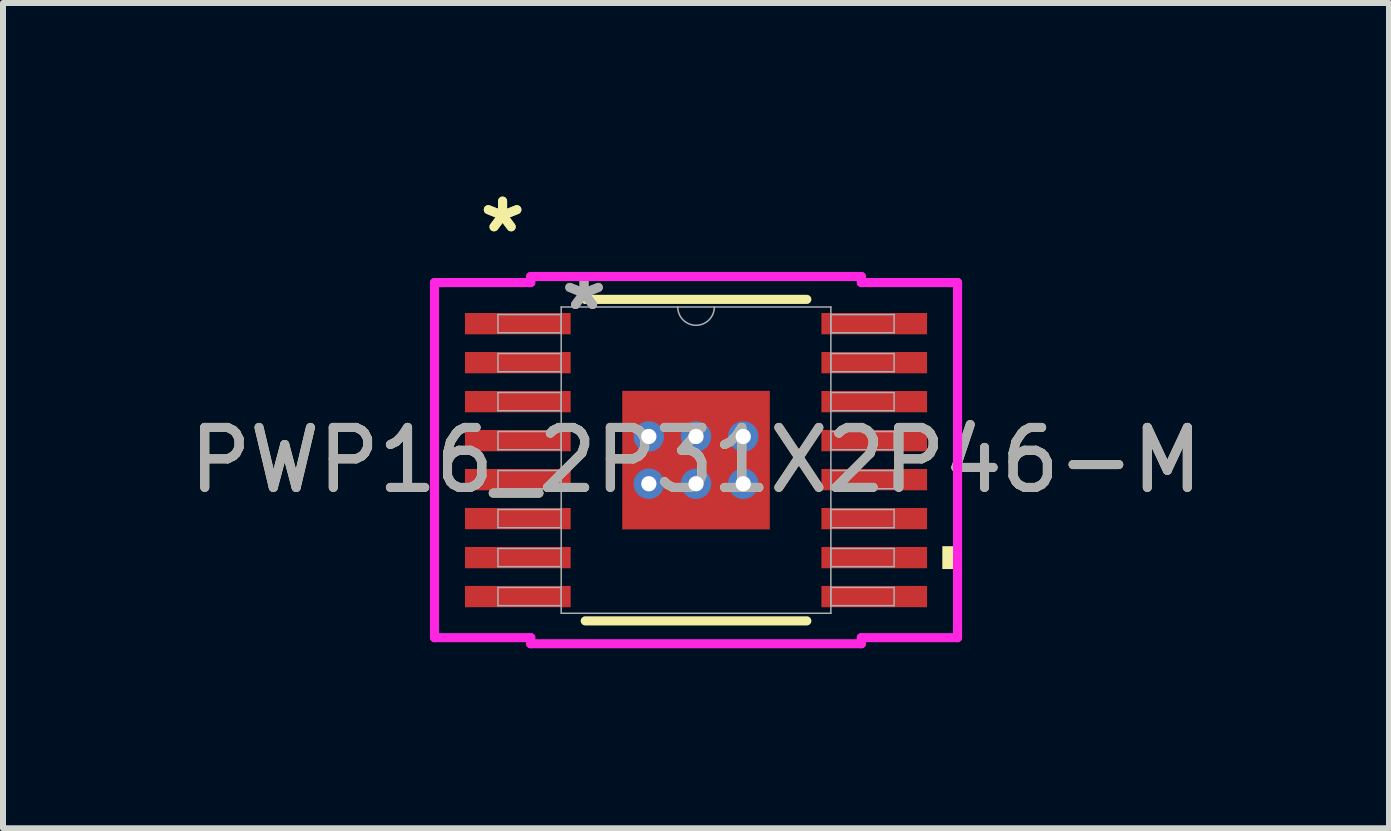
<source format=kicad_pcb>
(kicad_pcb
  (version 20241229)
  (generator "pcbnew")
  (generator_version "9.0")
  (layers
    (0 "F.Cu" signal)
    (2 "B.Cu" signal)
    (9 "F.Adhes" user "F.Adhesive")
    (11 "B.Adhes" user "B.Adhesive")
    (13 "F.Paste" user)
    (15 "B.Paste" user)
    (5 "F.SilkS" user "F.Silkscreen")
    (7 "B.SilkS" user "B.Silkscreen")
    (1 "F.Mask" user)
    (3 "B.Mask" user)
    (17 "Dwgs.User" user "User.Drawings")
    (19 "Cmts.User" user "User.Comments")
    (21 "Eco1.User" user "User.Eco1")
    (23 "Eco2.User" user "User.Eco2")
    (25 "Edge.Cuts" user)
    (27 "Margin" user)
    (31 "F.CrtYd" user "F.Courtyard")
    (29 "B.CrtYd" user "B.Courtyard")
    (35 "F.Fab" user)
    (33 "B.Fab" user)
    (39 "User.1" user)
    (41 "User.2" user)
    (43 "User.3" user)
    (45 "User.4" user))
  (footprint "PWP16_2P31X2P46-M"
    (layer "F.Cu")
    (at 8.554 4.621)
    (property "Reference" "PWP16_2P31X2P46-M" (at 0 0 0) (unlocked yes) (layer "F.SilkS") (effects (font (size 1 1) (thickness 0.15))))
    (attr smd)
    (fp_poly (pts (xy -1.294 -1.218) (xy -0.987 -1.218) (xy -0.987 1.218) (xy -1.294 1.218)) (stroke (width 0) (type solid)) (fill yes) (layer "F.Mask"))
    (fp_poly (pts (xy -1.294 -1.218) (xy 1.294 -1.218) (xy 1.294 -0.594) (xy -1.294 -0.594)) (stroke (width 0) (type solid)) (fill yes) (layer "F.Mask"))
    (fp_poly (pts (xy -1.294 -0.194) (xy 1.294 -0.194) (xy 1.294 0.194) (xy -1.294 0.194)) (stroke (width 0) (type solid)) (fill yes) (layer "F.Mask"))
    (fp_poly (pts (xy -1.294 0.594) (xy 1.294 0.594) (xy 1.294 1.218) (xy -1.294 1.218)) (stroke (width 0) (type solid)) (fill yes) (layer "F.Mask"))
    (fp_poly (pts (xy -0.2 -1.218) (xy -0.587 -1.218) (xy -0.587 1.218) (xy -0.2 1.218)) (stroke (width 0) (type solid)) (fill yes) (layer "F.Mask"))
    (fp_poly (pts (xy 0.587 -1.218) (xy 0.2 -1.218) (xy 0.2 1.218) (xy 0.587 1.218)) (stroke (width 0) (type solid)) (fill yes) (layer "F.Mask"))
    (fp_poly (pts (xy 0.987 -1.218) (xy 1.294 -1.218) (xy 1.294 1.218) (xy 0.987 1.218)) (stroke (width 0) (type solid)) (fill yes) (layer "F.Mask"))
    (fp_line (start -1.847 2.68) (end 1.847 2.68) (stroke (width 0.152) (type solid)) (layer "F.SilkS"))
    (fp_line (start 1.847 -2.68) (end -1.847 -2.68) (stroke (width 0.152) (type solid)) (layer "F.SilkS"))
    (fp_poly (pts (xy 4.36 1.435) (xy 4.36 1.816) (xy 4.106 1.816) (xy 4.106 1.435)) (stroke (width 0) (type solid)) (fill yes) (layer "F.SilkS"))
    (fp_poly (pts (xy -1.155 -1.08) (xy -1.155 -0.494) (xy -1.029 -0.494) (xy -0.887 -0.635) (xy -0.887 -1.08)) (stroke (width 0) (type solid)) (fill yes) (layer "F.Paste"))
    (fp_poly (pts (xy -1.155 0.494) (xy -1.155 1.08) (xy -0.887 1.08) (xy -0.887 0.635) (xy -1.029 0.494)) (stroke (width 0) (type solid)) (fill yes) (layer "F.Paste"))
    (fp_poly (pts (xy 0.887 -1.08) (xy 0.887 -0.635) (xy 1.029 -0.494) (xy 1.155 -0.494) (xy 1.155 -1.08)) (stroke (width 0) (type solid)) (fill yes) (layer "F.Paste"))
    (fp_poly (pts (xy 1.029 0.494) (xy 0.887 0.635) (xy 0.887 1.08) (xy 1.155 1.08) (xy 1.155 0.494)) (stroke (width 0) (type solid)) (fill yes) (layer "F.Paste"))
    (fp_poly (pts (xy -1.155 -0.294) (xy -1.155 0.294) (xy -1.029 0.294) (xy -0.887 0.152) (xy -0.887 -0.152) (xy -1.029 -0.294)) (stroke (width 0) (type solid)) (fill yes) (layer "F.Paste"))
    (fp_poly (pts (xy -0.687 -1.08) (xy -0.687 -0.635) (xy -0.546 -0.494) (xy -0.241 -0.494) (xy -0.1 -0.635) (xy -0.1 -1.08)) (stroke (width 0) (type solid)) (fill yes) (layer "F.Paste"))
    (fp_poly (pts (xy -0.546 0.494) (xy -0.687 0.635) (xy -0.687 1.08) (xy -0.1 1.08) (xy -0.1 0.635) (xy -0.241 0.494)) (stroke (width 0) (type solid)) (fill yes) (layer "F.Paste"))
    (fp_poly (pts (xy 0.1 -1.08) (xy 0.1 -0.635) (xy 0.241 -0.494) (xy 0.546 -0.494) (xy 0.687 -0.635) (xy 0.687 -1.08)) (stroke (width 0) (type solid)) (fill yes) (layer "F.Paste"))
    (fp_poly (pts (xy 0.241 0.494) (xy 0.1 0.635) (xy 0.1 1.08) (xy 0.687 1.08) (xy 0.687 0.635) (xy 0.546 0.494)) (stroke (width 0) (type solid)) (fill yes) (layer "F.Paste"))
    (fp_poly (pts (xy 1.029 -0.294) (xy 0.887 -0.152) (xy 0.887 0.152) (xy 1.029 0.294) (xy 1.155 0.294) (xy 1.155 -0.294)) (stroke (width 0) (type solid)) (fill yes) (layer "F.Paste"))
    (fp_poly (pts (xy -0.546 -0.294) (xy -0.687 -0.152) (xy -0.687 0.152) (xy -0.546 0.294) (xy -0.241 0.294) (xy -0.1 0.152) (xy -0.1 -0.152) (xy -0.241 -0.294)) (stroke (width 0) (type solid)) (fill yes) (layer "F.Paste"))
    (fp_poly (pts (xy 0.241 -0.294) (xy 0.1 -0.152) (xy 0.1 0.152) (xy 0.241 0.294) (xy 0.546 0.294) (xy 0.687 0.152) (xy 0.687 -0.152) (xy 0.546 -0.294)) (stroke (width 0) (type solid)) (fill yes) (layer "F.Paste"))
    (fp_line (start -4.36 -2.96) (end -2.756 -2.96) (stroke (width 0.152) (type solid)) (layer "F.CrtYd"))
    (fp_line (start -4.36 2.96) (end -4.36 -2.96) (stroke (width 0.152) (type solid)) (layer "F.CrtYd"))
    (fp_line (start -4.36 2.96) (end -2.756 2.96) (stroke (width 0.152) (type solid)) (layer "F.CrtYd"))
    (fp_line (start -2.756 -3.061) (end 2.756 -3.061) (stroke (width 0.152) (type solid)) (layer "F.CrtYd"))
    (fp_line (start -2.756 -2.96) (end -2.756 -3.061) (stroke (width 0.152) (type solid)) (layer "F.CrtYd"))
    (fp_line (start -2.756 3.061) (end -2.756 2.96) (stroke (width 0.152) (type solid)) (layer "F.CrtYd"))
    (fp_line (start 2.756 -3.061) (end 2.756 -2.96) (stroke (width 0.152) (type solid)) (layer "F.CrtYd"))
    (fp_line (start 2.756 2.96) (end 2.756 3.061) (stroke (width 0.152) (type solid)) (layer "F.CrtYd"))
    (fp_line (start 2.756 3.061) (end -2.756 3.061) (stroke (width 0.152) (type solid)) (layer "F.CrtYd"))
    (fp_line (start 4.36 -2.96) (end 2.756 -2.96) (stroke (width 0.152) (type solid)) (layer "F.CrtYd"))
    (fp_line (start 4.36 -2.96) (end 4.36 2.96) (stroke (width 0.152) (type solid)) (layer "F.CrtYd"))
    (fp_line (start 4.36 2.96) (end 2.756 2.96) (stroke (width 0.152) (type solid)) (layer "F.CrtYd"))
    (fp_line (start -3.302 -2.427) (end -3.302 -2.123) (stroke (width 0.025) (type solid)) (layer "F.Fab"))
    (fp_line (start -3.302 -2.123) (end -2.248 -2.123) (stroke (width 0.025) (type solid)) (layer "F.Fab"))
    (fp_line (start -3.302 -1.777) (end -3.302 -1.473) (stroke (width 0.025) (type solid)) (layer "F.Fab"))
    (fp_line (start -3.302 -1.473) (end -2.248 -1.473) (stroke (width 0.025) (type solid)) (layer "F.Fab"))
    (fp_line (start -3.302 -1.127) (end -3.302 -0.823) (stroke (width 0.025) (type solid)) (layer "F.Fab"))
    (fp_line (start -3.302 -0.823) (end -2.248 -0.823) (stroke (width 0.025) (type solid)) (layer "F.Fab"))
    (fp_line (start -3.302 -0.477) (end -3.302 -0.173) (stroke (width 0.025) (type solid)) (layer "F.Fab"))
    (fp_line (start -3.302 -0.173) (end -2.248 -0.173) (stroke (width 0.025) (type solid)) (layer "F.Fab"))
    (fp_line (start -3.302 0.173) (end -3.302 0.477) (stroke (width 0.025) (type solid)) (layer "F.Fab"))
    (fp_line (start -3.302 0.477) (end -2.248 0.477) (stroke (width 0.025) (type solid)) (layer "F.Fab"))
    (fp_line (start -3.302 0.823) (end -3.302 1.127) (stroke (width 0.025) (type solid)) (layer "F.Fab"))
    (fp_line (start -3.302 1.127) (end -2.248 1.127) (stroke (width 0.025) (type solid)) (layer "F.Fab"))
    (fp_line (start -3.302 1.473) (end -3.302 1.777) (stroke (width 0.025) (type solid)) (layer "F.Fab"))
    (fp_line (start -3.302 1.777) (end -2.248 1.777) (stroke (width 0.025) (type solid)) (layer "F.Fab"))
    (fp_line (start -3.302 2.123) (end -3.302 2.427) (stroke (width 0.025) (type solid)) (layer "F.Fab"))
    (fp_line (start -3.302 2.427) (end -2.248 2.427) (stroke (width 0.025) (type solid)) (layer "F.Fab"))
    (fp_line (start -2.248 -2.553) (end -2.248 2.553) (stroke (width 0.025) (type solid)) (layer "F.Fab"))
    (fp_line (start -2.248 -2.427) (end -3.302 -2.427) (stroke (width 0.025) (type solid)) (layer "F.Fab"))
    (fp_line (start -2.248 -2.123) (end -2.248 -2.427) (stroke (width 0.025) (type solid)) (layer "F.Fab"))
    (fp_line (start -2.248 -1.777) (end -3.302 -1.777) (stroke (width 0.025) (type solid)) (layer "F.Fab"))
    (fp_line (start -2.248 -1.473) (end -2.248 -1.777) (stroke (width 0.025) (type solid)) (layer "F.Fab"))
    (fp_line (start -2.248 -1.127) (end -3.302 -1.127) (stroke (width 0.025) (type solid)) (layer "F.Fab"))
    (fp_line (start -2.248 -0.823) (end -2.248 -1.127) (stroke (width 0.025) (type solid)) (layer "F.Fab"))
    (fp_line (start -2.248 -0.477) (end -3.302 -0.477) (stroke (width 0.025) (type solid)) (layer "F.Fab"))
    (fp_line (start -2.248 -0.173) (end -2.248 -0.477) (stroke (width 0.025) (type solid)) (layer "F.Fab"))
    (fp_line (start -2.248 0.173) (end -3.302 0.173) (stroke (width 0.025) (type solid)) (layer "F.Fab"))
    (fp_line (start -2.248 0.477) (end -2.248 0.173) (stroke (width 0.025) (type solid)) (layer "F.Fab"))
    (fp_line (start -2.248 0.823) (end -3.302 0.823) (stroke (width 0.025) (type solid)) (layer "F.Fab"))
    (fp_line (start -2.248 1.127) (end -2.248 0.823) (stroke (width 0.025) (type solid)) (layer "F.Fab"))
    (fp_line (start -2.248 1.473) (end -3.302 1.473) (stroke (width 0.025) (type solid)) (layer "F.Fab"))
    (fp_line (start -2.248 1.777) (end -2.248 1.473) (stroke (width 0.025) (type solid)) (layer "F.Fab"))
    (fp_line (start -2.248 2.123) (end -3.302 2.123) (stroke (width 0.025) (type solid)) (layer "F.Fab"))
    (fp_line (start -2.248 2.427) (end -2.248 2.123) (stroke (width 0.025) (type solid)) (layer "F.Fab"))
    (fp_line (start -2.248 2.553) (end 2.248 2.553) (stroke (width 0.025) (type solid)) (layer "F.Fab"))
    (fp_line (start 2.248 -2.553) (end -2.248 -2.553) (stroke (width 0.025) (type solid)) (layer "F.Fab"))
    (fp_line (start 2.248 -2.427) (end 2.248 -2.123) (stroke (width 0.025) (type solid)) (layer "F.Fab"))
    (fp_line (start 2.248 -2.123) (end 3.302 -2.123) (stroke (width 0.025) (type solid)) (layer "F.Fab"))
    (fp_line (start 2.248 -1.777) (end 2.248 -1.473) (stroke (width 0.025) (type solid)) (layer "F.Fab"))
    (fp_line (start 2.248 -1.473) (end 3.302 -1.473) (stroke (width 0.025) (type solid)) (layer "F.Fab"))
    (fp_line (start 2.248 -1.127) (end 2.248 -0.823) (stroke (width 0.025) (type solid)) (layer "F.Fab"))
    (fp_line (start 2.248 -0.823) (end 3.302 -0.823) (stroke (width 0.025) (type solid)) (layer "F.Fab"))
    (fp_line (start 2.248 -0.477) (end 2.248 -0.173) (stroke (width 0.025) (type solid)) (layer "F.Fab"))
    (fp_line (start 2.248 -0.173) (end 3.302 -0.173) (stroke (width 0.025) (type solid)) (layer "F.Fab"))
    (fp_line (start 2.248 0.173) (end 2.248 0.477) (stroke (width 0.025) (type solid)) (layer "F.Fab"))
    (fp_line (start 2.248 0.477) (end 3.302 0.477) (stroke (width 0.025) (type solid)) (layer "F.Fab"))
    (fp_line (start 2.248 0.823) (end 2.248 1.127) (stroke (width 0.025) (type solid)) (layer "F.Fab"))
    (fp_line (start 2.248 1.127) (end 3.302 1.127) (stroke (width 0.025) (type solid)) (layer "F.Fab"))
    (fp_line (start 2.248 1.473) (end 2.248 1.777) (stroke (width 0.025) (type solid)) (layer "F.Fab"))
    (fp_line (start 2.248 1.777) (end 3.302 1.777) (stroke (width 0.025) (type solid)) (layer "F.Fab"))
    (fp_line (start 2.248 2.123) (end 2.248 2.427) (stroke (width 0.025) (type solid)) (layer "F.Fab"))
    (fp_line (start 2.248 2.427) (end 3.302 2.427) (stroke (width 0.025) (type solid)) (layer "F.Fab"))
    (fp_line (start 2.248 2.553) (end 2.248 -2.553) (stroke (width 0.025) (type solid)) (layer "F.Fab"))
    (fp_line (start 3.302 -2.427) (end 2.248 -2.427) (stroke (width 0.025) (type solid)) (layer "F.Fab"))
    (fp_line (start 3.302 -2.123) (end 3.302 -2.427) (stroke (width 0.025) (type solid)) (layer "F.Fab"))
    (fp_line (start 3.302 -1.777) (end 2.248 -1.777) (stroke (width 0.025) (type solid)) (layer "F.Fab"))
    (fp_line (start 3.302 -1.473) (end 3.302 -1.777) (stroke (width 0.025) (type solid)) (layer "F.Fab"))
    (fp_line (start 3.302 -1.127) (end 2.248 -1.127) (stroke (width 0.025) (type solid)) (layer "F.Fab"))
    (fp_line (start 3.302 -0.823) (end 3.302 -1.127) (stroke (width 0.025) (type solid)) (layer "F.Fab"))
    (fp_line (start 3.302 -0.477) (end 2.248 -0.477) (stroke (width 0.025) (type solid)) (layer "F.Fab"))
    (fp_line (start 3.302 -0.173) (end 3.302 -0.477) (stroke (width 0.025) (type solid)) (layer "F.Fab"))
    (fp_line (start 3.302 0.173) (end 2.248 0.173) (stroke (width 0.025) (type solid)) (layer "F.Fab"))
    (fp_line (start 3.302 0.477) (end 3.302 0.173) (stroke (width 0.025) (type solid)) (layer "F.Fab"))
    (fp_line (start 3.302 0.823) (end 2.248 0.823) (stroke (width 0.025) (type solid)) (layer "F.Fab"))
    (fp_line (start 3.302 1.127) (end 3.302 0.823) (stroke (width 0.025) (type solid)) (layer "F.Fab"))
    (fp_line (start 3.302 1.473) (end 2.248 1.473) (stroke (width 0.025) (type solid)) (layer "F.Fab"))
    (fp_line (start 3.302 1.777) (end 3.302 1.473) (stroke (width 0.025) (type solid)) (layer "F.Fab"))
    (fp_line (start 3.302 2.123) (end 2.248 2.123) (stroke (width 0.025) (type solid)) (layer "F.Fab"))
    (fp_line (start 3.302 2.427) (end 3.302 2.123) (stroke (width 0.025) (type solid)) (layer "F.Fab"))
    (fp_arc (start 0.3048 -2.5527) (mid 0 -2.2479) (end -0.3048 -2.5527) (stroke (width 0.0254) (type solid)) (layer "F.Fab"))
    (fp_text user "*" (at -3.225 -3.773 0) (layer "F.SilkS") (effects (font (size 1 1) (thickness 0.15))))
    (fp_text user "*" (at -3.225 -3.773 0) (unlocked yes) (layer "F.SilkS") (effects (font (size 1 1) (thickness 0.15))))
    (fp_text user "*" (at -1.867 -2.477 0) (layer "F.Fab") (effects (font (size 1 1) (thickness 0.15))))
    (fp_text user "${REFERENCE}" (at 0 0 0) (unlocked yes) (layer "F.Fab") (effects (font (size 1 1) (thickness 0.15))))
    (fp_text user "*" (at -1.867 -2.477 0) (unlocked yes) (layer "F.Fab") (effects (font (size 1 1) (thickness 0.15))))
    (pad "1" smd rect (at -2.971 -2.275) (size 1.762 0.355) (layers "F.Cu" "F.Mask" "F.Paste"))
    (pad "2" smd rect (at -2.971 -1.625) (size 1.762 0.355) (layers "F.Cu" "F.Mask" "F.Paste"))
    (pad "3" smd rect (at -2.971 -0.975) (size 1.762 0.355) (layers "F.Cu" "F.Mask" "F.Paste"))
    (pad "4" smd rect (at -2.971 -0.325) (size 1.762 0.355) (layers "F.Cu" "F.Mask" "F.Paste"))
    (pad "5" smd rect (at -2.971 0.325) (size 1.762 0.355) (layers "F.Cu" "F.Mask" "F.Paste"))
    (pad "6" smd rect (at -2.971 0.975) (size 1.762 0.355) (layers "F.Cu" "F.Mask" "F.Paste"))
    (pad "7" smd rect (at -2.971 1.625) (size 1.762 0.355) (layers "F.Cu" "F.Mask" "F.Paste"))
    (pad "8" smd rect (at -2.971 2.275) (size 1.762 0.355) (layers "F.Cu" "F.Mask" "F.Paste"))
    (pad "9" smd rect (at 2.971 2.275) (size 1.762 0.355) (layers "F.Cu" "F.Mask" "F.Paste"))
    (pad "10" smd rect (at 2.971 1.625) (size 1.762 0.355) (layers "F.Cu" "F.Mask" "F.Paste"))
    (pad "11" smd rect (at 2.971 0.975) (size 1.762 0.355) (layers "F.Cu" "F.Mask" "F.Paste"))
    (pad "12" smd rect (at 2.971 0.325) (size 1.762 0.355) (layers "F.Cu" "F.Mask" "F.Paste"))
    (pad "13" smd rect (at 2.971 -0.325) (size 1.762 0.355) (layers "F.Cu" "F.Mask" "F.Paste"))
    (pad "14" smd rect (at 2.971 -0.975) (size 1.762 0.355) (layers "F.Cu" "F.Mask" "F.Paste"))
    (pad "15" smd rect (at 2.971 -1.625) (size 1.762 0.355) (layers "F.Cu" "F.Mask" "F.Paste"))
    (pad "16" smd rect (at 2.971 -2.275) (size 1.762 0.355) (layers "F.Cu" "F.Mask" "F.Paste"))
    (pad "EPAD" smd rect (at 0 0) (size 2.46 2.31) (layers "F.Cu"))
    (pad "V" thru_hole circle (at -0.787 -0.394) (size 0.508 0.508) (drill 0.254) (layers "*.Cu" "*.Mask"))
    (pad "V" thru_hole circle (at -0.787 0.394) (size 0.508 0.508) (drill 0.254) (layers "*.Cu" "*.Mask"))
    (pad "V" thru_hole circle (at 0 -0.394) (size 0.508 0.508) (drill 0.254) (layers "*.Cu" "*.Mask"))
    (pad "V" thru_hole circle (at 0 0.394) (size 0.508 0.508) (drill 0.254) (layers "*.Cu" "*.Mask"))
    (pad "V" thru_hole circle (at 0.787 -0.394) (size 0.508 0.508) (drill 0.254) (layers "*.Cu" "*.Mask"))
    (pad "V" thru_hole circle (at 0.787 0.394) (size 0.508 0.508) (drill 0.254) (layers "*.Cu" "*.Mask")))
  (gr_rect
    (start -3 -3)
    (end 20.107 10.758)
    (stroke (width 0.1) (type default))
    (fill no)
    (layer "Edge.Cuts")))
</source>
